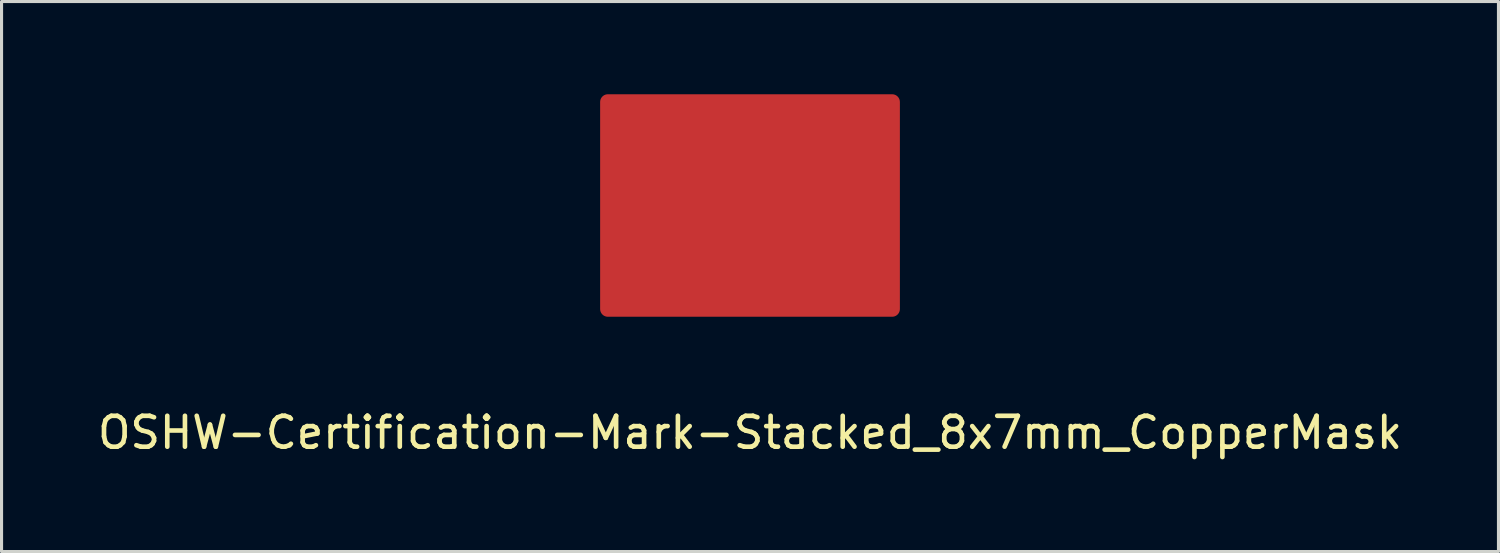
<source format=kicad_pcb>
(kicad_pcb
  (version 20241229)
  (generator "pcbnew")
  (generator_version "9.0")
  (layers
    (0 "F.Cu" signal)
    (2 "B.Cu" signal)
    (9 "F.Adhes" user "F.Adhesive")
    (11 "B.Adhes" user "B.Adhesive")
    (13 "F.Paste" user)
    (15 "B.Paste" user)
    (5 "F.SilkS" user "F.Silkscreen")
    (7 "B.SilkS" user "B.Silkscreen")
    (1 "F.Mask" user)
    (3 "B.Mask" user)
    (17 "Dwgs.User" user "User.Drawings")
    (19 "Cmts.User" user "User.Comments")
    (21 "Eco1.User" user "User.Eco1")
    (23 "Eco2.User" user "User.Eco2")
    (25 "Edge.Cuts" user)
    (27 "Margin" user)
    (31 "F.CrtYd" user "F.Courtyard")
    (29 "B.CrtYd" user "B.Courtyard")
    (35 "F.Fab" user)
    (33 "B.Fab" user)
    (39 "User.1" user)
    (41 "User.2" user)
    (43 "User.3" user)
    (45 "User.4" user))
  (footprint "OSHW-Certification-Mark-Stacked_8x7mm_CopperMask"
    (layer "F.Cu")
    (at 21.22 3.55)
    (property "Reference" "OSHW-Certification-Mark-Stacked_8x7mm_CopperMask" (at 0.000231 7.4 0) (unlocked yes) (layer "F.SilkS") (effects (font (size 1 1) (thickness 0.15))))
    (attr board_only exclude_from_pos_files exclude_from_bom allow_missing_courtyard)
    (fp_rect (start -4.6 -3.3) (end 4.6 3.4) (stroke (width 0.5) (type solid)) (fill yes) (layer "F.Cu"))
    (fp_poly (pts (xy -1.914 -0.505) (xy -1.914 -0.505) (xy -1.914 -0.505)) (stroke (width 0) (type solid)) (fill yes) (layer "F.Mask"))
    (fp_poly (pts (xy 4.127 1.358) (xy -4.127 1.358) (xy -4.127 -2.45) (xy 2.66 -2.45) (xy 2.66 -2.114) (xy -3.792 -2.114) (xy -3.792 1.022) (xy 3.791 1.022) (xy 3.799 -2.45) (xy 4.127 -2.45)) (stroke (width 0) (type solid)) (fill yes) (layer "F.Mask"))
    (fp_poly (pts (xy 0.299 -0.683) (xy 1.024 -0.683) (xy 1.024 -1.486) (xy 1.29 -1.486) (xy 1.29 0.472) (xy 1.024 0.472) (xy 1.024 -0.46) (xy 0.299 -0.46) (xy 0.299 0.472) (xy 0.033 0.472) (xy 0.033 -1.486) (xy 0.299 -1.486)) (stroke (width 0) (type solid)) (fill yes) (layer "F.Mask"))
    (fp_poly (pts (xy 2.793 0.472) (xy 2.543 0.472) (xy 2.276 -0.691) (xy 2.012 0.472) (xy 1.761 0.472) (xy 1.469 -1.486) (xy 1.727 -1.486) (xy 1.915 0.103) (xy 2.137 -0.948) (xy 2.414 -0.948) (xy 2.64 0.106) (xy 3.275 -2.94) (xy 3.533 -2.94)) (stroke (width 0) (type solid)) (fill yes) (layer "F.Mask"))
    (fp_poly (pts (xy -2.529 -1.52) (xy -2.489 -1.517) (xy -2.451 -1.512) (xy -2.415 -1.505) (xy -2.379 -1.497) (xy -2.345 -1.486) (xy -2.312 -1.473) (xy -2.281 -1.458) (xy -2.25 -1.442) (xy -2.222 -1.423) (xy -2.194 -1.402) (xy -2.168 -1.38) (xy -2.143 -1.355) (xy -2.12 -1.328) (xy -2.098 -1.3) (xy -2.077 -1.269) (xy -2.057 -1.237) (xy -2.039 -1.202) (xy -2.022 -1.166) (xy -2.006 -1.127) (xy -1.991 -1.087) (xy -1.978 -1.044) (xy -1.966 -0.999) (xy -1.955 -0.952) (xy -1.945 -0.904) (xy -1.937 -0.853) (xy -1.93 -0.8) (xy -1.924 -0.745) (xy -1.92 -0.688) (xy -1.917 -0.629) (xy -1.915 -0.568) (xy -1.914 -0.505) (xy -1.915 -0.442) (xy -1.917 -0.381) (xy -1.92 -0.322) (xy -1.924 -0.266) (xy -1.93 -0.211) (xy -1.937 -0.158) (xy -1.945 -0.107) (xy -1.955 -0.059) (xy -1.966 -0.012) (xy -1.978 0.033) (xy -1.991 0.075) (xy -2.006 0.116) (xy -2.022 0.154) (xy -2.039 0.191) (xy -2.057 0.226) (xy -2.077 0.258) (xy -2.087 0.273) (xy -2.098 0.288) (xy -2.108 0.303) (xy -2.12 0.317) (xy -2.131 0.331) (xy -2.143 0.344) (xy -2.155 0.356) (xy -2.168 0.368) (xy -2.181 0.38) (xy -2.194 0.391) (xy -2.208 0.401) (xy -2.222 0.411) (xy -2.236 0.421) (xy -2.25 0.43) (xy -2.265 0.439) (xy -2.281 0.447) (xy -2.296 0.454) (xy -2.312 0.462) (xy -2.328 0.468) (xy -2.345 0.474) (xy -2.362 0.48) (xy -2.379 0.485) (xy -2.397 0.49) (xy -2.415 0.494) (xy -2.433 0.498) (xy -2.451 0.501) (xy -2.489 0.506) (xy -2.529 0.509) (xy -2.57 0.51) (xy -2.611 0.509) (xy -2.65 0.506) (xy -2.688 0.501) (xy -2.725 0.494) (xy -2.76 0.485) (xy -2.795 0.475) (xy -2.827 0.462) (xy -2.859 0.447) (xy -2.889 0.43) (xy -2.918 0.412) (xy -2.945 0.391) (xy -2.971 0.369) (xy -2.996 0.344) (xy -3.02 0.318) (xy -3.042 0.29) (xy -3.063 0.259) (xy -3.082 0.227) (xy -3.101 0.193) (xy -3.118 0.156) (xy -3.133 0.118) (xy -3.148 0.077) (xy -3.161 0.034) (xy -3.173 -0.01) (xy -3.184 -0.057) (xy -3.193 -0.106) (xy -3.201 -0.157) (xy -3.208 -0.21) (xy -3.214 -0.265) (xy -3.218 -0.322) (xy -3.221 -0.381) (xy -3.223 -0.442) (xy -3.224 -0.505) (xy -2.947 -0.505) (xy -2.946 -0.401) (xy -2.942 -0.305) (xy -2.935 -0.217) (xy -2.925 -0.136) (xy -2.92 -0.099) (xy -2.913 -0.063) (xy -2.906 -0.03) (xy -2.898 0.002) (xy -2.889 0.032) (xy -2.88 0.06) (xy -2.87 0.086) (xy -2.86 0.11) (xy -2.848 0.132) (xy -2.842 0.143) (xy -2.835 0.153) (xy -2.829 0.163) (xy -2.822 0.173) (xy -2.815 0.182) (xy -2.808 0.191) (xy -2.801 0.199) (xy -2.793 0.207) (xy -2.785 0.215) (xy -2.777 0.222) (xy -2.769 0.23) (xy -2.76 0.236) (xy -2.751 0.243) (xy -2.742 0.248) (xy -2.733 0.254) (xy -2.724 0.259) (xy -2.714 0.264) (xy -2.705 0.269) (xy -2.694 0.273) (xy -2.684 0.277) (xy -2.674 0.28) (xy -2.663 0.283) (xy -2.652 0.286) (xy -2.641 0.288) (xy -2.63 0.29) (xy -2.618 0.292) (xy -2.606 0.293) (xy -2.594 0.294) (xy -2.57 0.295) (xy -2.545 0.294) (xy -2.521 0.292) (xy -2.498 0.288) (xy -2.476 0.283) (xy -2.455 0.277) (xy -2.434 0.269) (xy -2.415 0.26) (xy -2.396 0.249) (xy -2.379 0.237) (xy -2.362 0.223) (xy -2.346 0.208) (xy -2.331 0.191) (xy -2.317 0.174) (xy -2.304 0.154) (xy -2.291 0.133) (xy -2.28 0.111) (xy -2.269 0.087) (xy -2.259 0.061) (xy -2.25 0.033) (xy -2.241 0.003) (xy -2.233 -0.028) (xy -2.226 -0.062) (xy -2.219 -0.098) (xy -2.213 -0.135) (xy -2.208 -0.175) (xy -2.203 -0.216) (xy -2.2 -0.26) (xy -2.196 -0.305) (xy -2.194 -0.352) (xy -2.192 -0.401) (xy -2.191 -0.452) (xy -2.191 -0.505) (xy -2.192 -0.609) (xy -2.196 -0.705) (xy -2.203 -0.794) (xy -2.213 -0.875) (xy -2.219 -0.912) (xy -2.226 -0.948) (xy -2.233 -0.982) (xy -2.241 -1.013) (xy -2.25 -1.043) (xy -2.259 -1.071) (xy -2.269 -1.097) (xy -2.28 -1.121) (xy -2.291 -1.144) (xy -2.297 -1.154) (xy -2.304 -1.165) (xy -2.31 -1.175) (xy -2.317 -1.184) (xy -2.324 -1.193) (xy -2.331 -1.202) (xy -2.338 -1.211) (xy -2.346 -1.219) (xy -2.354 -1.227) (xy -2.362 -1.234) (xy -2.37 -1.241) (xy -2.379 -1.248) (xy -2.387 -1.254) (xy -2.396 -1.26) (xy -2.406 -1.266) (xy -2.415 -1.271) (xy -2.425 -1.276) (xy -2.434 -1.28) (xy -2.444 -1.284) (xy -2.455 -1.288) (xy -2.465 -1.292) (xy -2.476 -1.295) (xy -2.487 -1.297) (xy -2.498 -1.3) (xy -2.509 -1.302) (xy -2.521 -1.303) (xy -2.533 -1.305) (xy -2.545 -1.305) (xy -2.57 -1.306) (xy -2.594 -1.305) (xy -2.618 -1.303) (xy -2.641 -1.3) (xy -2.663 -1.295) (xy -2.684 -1.288) (xy -2.705 -1.28) (xy -2.724 -1.271) (xy -2.742 -1.26) (xy -2.76 -1.248) (xy -2.777 -1.234) (xy -2.793 -1.219) (xy -2.808 -1.202) (xy -2.822 -1.184) (xy -2.835 -1.165) (xy -2.848 -1.144) (xy -2.86 -1.121) (xy -2.87 -1.097) (xy -2.88 -1.071) (xy -2.889 -1.043) (xy -2.898 -1.013) (xy -2.906 -0.982) (xy -2.913 -0.948) (xy -2.92 -0.912) (xy -2.925 -0.875) (xy -2.931 -0.835) (xy -2.935 -0.794) (xy -2.939 -0.751) (xy -2.942 -0.705) (xy -2.944 -0.658) (xy -2.946 -0.609) (xy -2.947 -0.558) (xy -2.947 -0.505) (xy -3.224 -0.505) (xy -3.224 -0.505) (xy -3.223 -0.568) (xy -3.221 -0.629) (xy -3.218 -0.688) (xy -3.214 -0.745) (xy -3.208 -0.8) (xy -3.201 -0.853) (xy -3.193 -0.904) (xy -3.184 -0.952) (xy -3.173 -0.999) (xy -3.161 -1.044) (xy -3.148 -1.087) (xy -3.133 -1.127) (xy -3.118 -1.166) (xy -3.101 -1.202) (xy -3.082 -1.237) (xy -3.063 -1.269) (xy -3.052 -1.285) (xy -3.042 -1.3) (xy -3.031 -1.314) (xy -3.019 -1.328) (xy -3.008 -1.342) (xy -2.996 -1.355) (xy -2.984 -1.368) (xy -2.971 -1.38) (xy -2.958 -1.391) (xy -2.945 -1.402) (xy -2.931 -1.413) (xy -2.917 -1.423) (xy -2.903 -1.432) (xy -2.888 -1.442) (xy -2.873 -1.45) (xy -2.858 -1.458) (xy -2.843 -1.466) (xy -2.827 -1.473) (xy -2.81 -1.48) (xy -2.794 -1.486) (xy -2.777 -1.491) (xy -2.76 -1.497) (xy -2.742 -1.501) (xy -2.724 -1.505) (xy -2.688 -1.512) (xy -2.65 -1.517) (xy -2.61 -1.52) (xy -2.57 -1.521)) (stroke (width 0) (type solid)) (fill yes) (layer "F.Mask"))
    (fp_poly (pts (xy -0.906 -1.52) (xy -0.877 -1.519) (xy -0.848 -1.517) (xy -0.819 -1.514) (xy -0.789 -1.511) (xy -0.759 -1.506) (xy -0.728 -1.501) (xy -0.697 -1.495) (xy -0.666 -1.488) (xy -0.634 -1.481) (xy -0.602 -1.472) (xy -0.569 -1.463) (xy -0.536 -1.453) (xy -0.503 -1.442) (xy -0.469 -1.431) (xy -0.435 -1.419) (xy -0.435 -1.15) (xy -0.465 -1.169) (xy -0.495 -1.186) (xy -0.526 -1.202) (xy -0.556 -1.218) (xy -0.586 -1.232) (xy -0.617 -1.244) (xy -0.647 -1.256) (xy -0.677 -1.266) (xy -0.708 -1.276) (xy -0.738 -1.284) (xy -0.768 -1.29) (xy -0.799 -1.296) (xy -0.829 -1.3) (xy -0.86 -1.303) (xy -0.891 -1.305) (xy -0.921 -1.306) (xy -0.944 -1.305) (xy -0.967 -1.304) (xy -0.989 -1.303) (xy -1.01 -1.3) (xy -1.031 -1.297) (xy -1.051 -1.293) (xy -1.07 -1.289) (xy -1.089 -1.284) (xy -1.107 -1.278) (xy -1.125 -1.272) (xy -1.142 -1.264) (xy -1.158 -1.256) (xy -1.174 -1.248) (xy -1.189 -1.239) (xy -1.204 -1.229) (xy -1.218 -1.218) (xy -1.231 -1.207) (xy -1.243 -1.195) (xy -1.255 -1.183) (xy -1.265 -1.171) (xy -1.275 -1.158) (xy -1.284 -1.144) (xy -1.292 -1.13) (xy -1.299 -1.116) (xy -1.306 -1.101) (xy -1.311 -1.086) (xy -1.316 -1.07) (xy -1.32 -1.054) (xy -1.323 -1.037) (xy -1.325 -1.019) (xy -1.326 -1.002) (xy -1.326 -0.983) (xy -1.326 -0.967) (xy -1.325 -0.952) (xy -1.324 -0.937) (xy -1.322 -0.922) (xy -1.319 -0.908) (xy -1.316 -0.895) (xy -1.313 -0.882) (xy -1.309 -0.869) (xy -1.304 -0.857) (xy -1.299 -0.845) (xy -1.293 -0.834) (xy -1.287 -0.823) (xy -1.28 -0.813) (xy -1.272 -0.803) (xy -1.264 -0.794) (xy -1.256 -0.785) (xy -1.246 -0.777) (xy -1.236 -0.769) (xy -1.224 -0.761) (xy -1.212 -0.753) (xy -1.199 -0.745) (xy -1.184 -0.737) (xy -1.169 -0.73) (xy -1.153 -0.723) (xy -1.135 -0.716) (xy -1.117 -0.709) (xy -1.098 -0.702) (xy -1.078 -0.696) (xy -1.057 -0.689) (xy -1.035 -0.683) (xy -1.012 -0.677) (xy -0.988 -0.671) (xy -0.849 -0.64) (xy -0.815 -0.631) (xy -0.783 -0.623) (xy -0.751 -0.613) (xy -0.721 -0.603) (xy -0.692 -0.592) (xy -0.664 -0.581) (xy -0.637 -0.57) (xy -0.611 -0.557) (xy -0.587 -0.544) (xy -0.563 -0.531) (xy -0.541 -0.517) (xy -0.52 -0.502) (xy -0.5 -0.487) (xy -0.482 -0.471) (xy -0.464 -0.455) (xy -0.448 -0.438) (xy -0.433 -0.42) (xy -0.418 -0.402) (xy -0.405 -0.383) (xy -0.393 -0.363) (xy -0.382 -0.342) (xy -0.371 -0.321) (xy -0.362 -0.298) (xy -0.354 -0.275) (xy -0.346 -0.251) (xy -0.34 -0.227) (xy -0.334 -0.201) (xy -0.33 -0.175) (xy -0.327 -0.148) (xy -0.324 -0.121) (xy -0.323 -0.092) (xy -0.322 -0.063) (xy -0.323 -0.028) (xy -0.325 0.005) (xy -0.328 0.037) (xy -0.333 0.068) (xy -0.339 0.099) (xy -0.346 0.128) (xy -0.355 0.156) (xy -0.365 0.183) (xy -0.377 0.209) (xy -0.39 0.234) (xy -0.404 0.259) (xy -0.419 0.282) (xy -0.436 0.304) (xy -0.455 0.324) (xy -0.474 0.344) (xy -0.495 0.363) (xy -0.517 0.381) (xy -0.541 0.398) (xy -0.566 0.413) (xy -0.592 0.427) (xy -0.619 0.441) (xy -0.647 0.453) (xy -0.677 0.464) (xy -0.708 0.473) (xy -0.74 0.482) (xy -0.773 0.489) (xy -0.808 0.496) (xy -0.843 0.501) (xy -0.88 0.505) (xy -0.918 0.508) (xy -0.958 0.509) (xy -0.999 0.51) (xy -1.033 0.51) (xy -1.068 0.508) (xy -1.102 0.506) (xy -1.137 0.503) (xy -1.171 0.498) (xy -1.206 0.493) (xy -1.241 0.487) (xy -1.275 0.48) (xy -1.31 0.472) (xy -1.345 0.464) (xy -1.38 0.454) (xy -1.415 0.444) (xy -1.45 0.432) (xy -1.484 0.42) (xy -1.52 0.406) (xy -1.555 0.392) (xy -1.555 0.11) (xy -1.517 0.133) (xy -1.48 0.155) (xy -1.444 0.175) (xy -1.408 0.193) (xy -1.373 0.21) (xy -1.338 0.225) (xy -1.304 0.239) (xy -1.27 0.25) (xy -1.236 0.261) (xy -1.202 0.27) (xy -1.169 0.278) (xy -1.135 0.284) (xy -1.101 0.289) (xy -1.067 0.292) (xy -1.033 0.294) (xy -0.999 0.295) (xy -0.974 0.295) (xy -0.95 0.294) (xy -0.927 0.292) (xy -0.904 0.289) (xy -0.882 0.286) (xy -0.861 0.283) (xy -0.84 0.278) (xy -0.82 0.273) (xy -0.801 0.267) (xy -0.783 0.26) (xy -0.765 0.253) (xy -0.748 0.245) (xy -0.732 0.236) (xy -0.716 0.227) (xy -0.701 0.217) (xy -0.687 0.206) (xy -0.673 0.194) (xy -0.66 0.182) (xy -0.649 0.169) (xy -0.638 0.156) (xy -0.628 0.142) (xy -0.619 0.128) (xy -0.61 0.113) (xy -0.603 0.098) (xy -0.596 0.082) (xy -0.591 0.065) (xy -0.586 0.048) (xy -0.582 0.03) (xy -0.579 0.012) (xy -0.577 -0.007) (xy -0.576 -0.026) (xy -0.575 -0.046) (xy -0.575 -0.064) (xy -0.576 -0.081) (xy -0.578 -0.098) (xy -0.58 -0.115) (xy -0.583 -0.131) (xy -0.586 -0.146) (xy -0.59 -0.161) (xy -0.594 -0.175) (xy -0.6 -0.189) (xy -0.605 -0.202) (xy -0.612 -0.215) (xy -0.619 -0.227) (xy -0.626 -0.239) (xy -0.634 -0.25) (xy -0.643 -0.26) (xy -0.653 -0.27) (xy -0.662 -0.28) (xy -0.673 -0.289) (xy -0.685 -0.298) (xy -0.698 -0.307) (xy -0.711 -0.315) (xy -0.726 -0.323) (xy -0.741 -0.331) (xy -0.757 -0.339) (xy -0.774 -0.346) (xy -0.792 -0.353) (xy -0.811 -0.36) (xy -0.831 -0.366) (xy -0.851 -0.372) (xy -0.873 -0.378) (xy -0.895 -0.384) (xy -0.919 -0.389) (xy -1.06 -0.422) (xy -1.094 -0.43) (xy -1.126 -0.439) (xy -1.157 -0.447) (xy -1.187 -0.457) (xy -1.216 -0.467) (xy -1.244 -0.477) (xy -1.27 -0.488) (xy -1.296 -0.499) (xy -1.32 -0.511) (xy -1.343 -0.524) (xy -1.365 -0.537) (xy -1.385 -0.55) (xy -1.405 -0.564) (xy -1.423 -0.578) (xy -1.44 -0.593) (xy -1.456 -0.608) (xy -1.471 -0.624) (xy -1.485 -0.641) (xy -1.498 -0.658) (xy -1.51 -0.676) (xy -1.521 -0.694) (xy -1.531 -0.714) (xy -1.54 -0.734) (xy -1.549 -0.754) (xy -1.556 -0.775) (xy -1.562 -0.797) (xy -1.567 -0.82) (xy -1.572 -0.843) (xy -1.575 -0.867) (xy -1.578 -0.892) (xy -1.579 -0.917) (xy -1.579 -0.943) (xy -1.579 -0.975) (xy -1.577 -1.007) (xy -1.573 -1.037) (xy -1.568 -1.067) (xy -1.562 -1.096) (xy -1.555 -1.125) (xy -1.546 -1.152) (xy -1.536 -1.179) (xy -1.524 -1.204) (xy -1.511 -1.229) (xy -1.496 -1.254) (xy -1.481 -1.277) (xy -1.463 -1.3) (xy -1.445 -1.321) (xy -1.425 -1.342) (xy -1.404 -1.362) (xy -1.381 -1.381) (xy -1.358 -1.399) (xy -1.333 -1.416) (xy -1.308 -1.432) (xy -1.282 -1.446) (xy -1.255 -1.459) (xy -1.227 -1.471) (xy -1.198 -1.481) (xy -1.168 -1.49) (xy -1.137 -1.499) (xy -1.106 -1.505) (xy -1.073 -1.511) (xy -1.04 -1.515) (xy -1.006 -1.518) (xy -0.97 -1.52) (xy -0.934 -1.521)) (stroke (width 0) (type solid)) (fill yes) (layer "F.Mask"))
    (fp_text user "XX000000" (at 0 3 0) (unlocked yes) (layer "F.Mask") (effects (font (size 1.1 1.1) (thickness 0.15)) (justify bottom))))
  (gr_rect
    (start -3 -3)
    (end 45.44 14.798)
    (stroke (width 0.1) (type default))
    (fill no)
    (layer "Edge.Cuts")))
</source>
